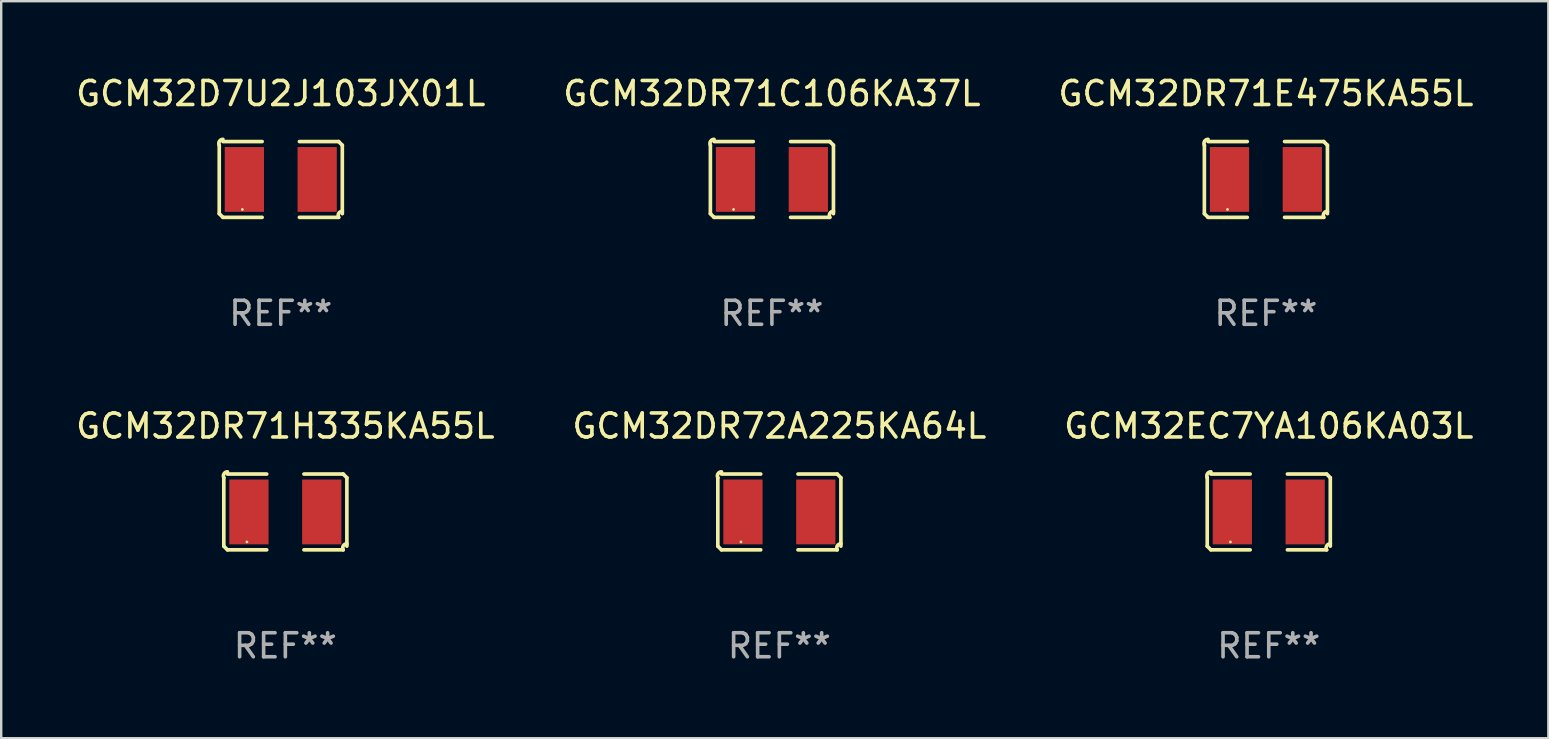
<source format=kicad_pcb>
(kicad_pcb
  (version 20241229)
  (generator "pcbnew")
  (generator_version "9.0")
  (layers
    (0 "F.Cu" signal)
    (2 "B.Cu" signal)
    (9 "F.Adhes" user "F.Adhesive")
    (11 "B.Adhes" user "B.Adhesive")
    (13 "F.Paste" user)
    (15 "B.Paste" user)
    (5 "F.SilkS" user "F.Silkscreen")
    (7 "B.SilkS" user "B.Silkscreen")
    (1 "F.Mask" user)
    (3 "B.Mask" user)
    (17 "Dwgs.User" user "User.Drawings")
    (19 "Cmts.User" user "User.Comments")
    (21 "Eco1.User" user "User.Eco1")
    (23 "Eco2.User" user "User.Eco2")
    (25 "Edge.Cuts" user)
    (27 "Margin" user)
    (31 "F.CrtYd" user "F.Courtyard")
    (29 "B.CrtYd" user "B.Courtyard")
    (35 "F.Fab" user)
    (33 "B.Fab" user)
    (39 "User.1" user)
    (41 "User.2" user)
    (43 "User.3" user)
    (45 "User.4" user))
  (footprint "GCM32DR71E475KA55L"
    (layer "F.Cu")
    (at 49.696 4.427)
    (property "Reference" "GCM32DR71E475KA55L" (at 0 -3.579 0) (layer "F.SilkS") (effects (font (size 1 1) (thickness 0.15))))
    (attr through_hole)
    (fp_line (start -2.564 1.426) (end -2.564 -1.426) (stroke (width 0.152) (type solid)) (layer "F.SilkS"))
    (fp_line (start -2.411 -1.579) (end -0.776 -1.579) (stroke (width 0.152) (type solid)) (layer "F.SilkS"))
    (fp_line (start -0.776 1.579) (end -2.411 1.579) (stroke (width 0.152) (type solid)) (layer "F.SilkS"))
    (fp_line (start 0.776 1.579) (end 2.411 1.579) (stroke (width 0.152) (type solid)) (layer "F.SilkS"))
    (fp_line (start 2.411 -1.579) (end 0.776 -1.579) (stroke (width 0.152) (type solid)) (layer "F.SilkS"))
    (fp_line (start 2.564 1.426) (end 2.564 -1.426) (stroke (width 0.152) (type solid)) (layer "F.SilkS"))
    (fp_arc (start -2.563602 -1.426213) (mid -2.555597 -1.591233) (end -2.411201 -1.671518) (stroke (width 0.1524) (type solid)) (layer "F.SilkS"))
    (fp_arc (start -2.5636 1.426214) (mid -2.487389 1.502402) (end -2.411201 1.578613) (stroke (width 0.1524) (type solid)) (layer "F.SilkS"))
    (fp_arc (start 2.411197 -1.578618) (mid 2.487403 -1.502419) (end 2.563602 -1.426213) (stroke (width 0.1524) (type solid)) (layer "F.SilkS"))
    (fp_arc (start 2.411201 1.578613) (mid 2.416214 1.409455) (end 2.563602 1.32629) (stroke (width 0.1524) (type solid)) (layer "F.SilkS"))
    (fp_circle (center -1.6 1.25) (end -1.57 1.25) (stroke (width 0.06) (type solid)) (fill no) (layer "F.SilkS"))
    (fp_text user "REF**" (at 0 5.579 0) (layer "F.Fab") (effects (font (size 1 1) (thickness 0.15))))
    (pad "1" smd rect (at -1.517 0) (size 1.635 2.7) (layers "F.Cu" "F.Mask" "F.Paste"))
    (pad "2" smd rect (at 1.517 0) (size 1.635 2.7) (layers "F.Cu" "F.Mask" "F.Paste")))
  (footprint "GCM32DR72A225KA64L"
    (layer "F.Cu")
    (at 29.423 18.281)
    (property "Reference" "GCM32DR72A225KA64L" (at 0 -3.579 0) (layer "F.SilkS") (effects (font (size 1 1) (thickness 0.15))))
    (attr through_hole)
    (fp_line (start -2.564 1.426) (end -2.564 -1.426) (stroke (width 0.152) (type solid)) (layer "F.SilkS"))
    (fp_line (start -2.411 -1.579) (end -0.776 -1.579) (stroke (width 0.152) (type solid)) (layer "F.SilkS"))
    (fp_line (start -0.776 1.579) (end -2.411 1.579) (stroke (width 0.152) (type solid)) (layer "F.SilkS"))
    (fp_line (start 0.776 1.579) (end 2.411 1.579) (stroke (width 0.152) (type solid)) (layer "F.SilkS"))
    (fp_line (start 2.411 -1.579) (end 0.776 -1.579) (stroke (width 0.152) (type solid)) (layer "F.SilkS"))
    (fp_line (start 2.564 1.426) (end 2.564 -1.426) (stroke (width 0.152) (type solid)) (layer "F.SilkS"))
    (fp_arc (start -2.563602 -1.426213) (mid -2.555597 -1.591233) (end -2.411201 -1.671518) (stroke (width 0.1524) (type solid)) (layer "F.SilkS"))
    (fp_arc (start -2.5636 1.426214) (mid -2.487389 1.502402) (end -2.411201 1.578613) (stroke (width 0.1524) (type solid)) (layer "F.SilkS"))
    (fp_arc (start 2.411197 -1.578618) (mid 2.487403 -1.502419) (end 2.563602 -1.426213) (stroke (width 0.1524) (type solid)) (layer "F.SilkS"))
    (fp_arc (start 2.411201 1.578613) (mid 2.416214 1.409455) (end 2.563602 1.32629) (stroke (width 0.1524) (type solid)) (layer "F.SilkS"))
    (fp_circle (center -1.6 1.25) (end -1.57 1.25) (stroke (width 0.06) (type solid)) (fill no) (layer "F.SilkS"))
    (fp_text user "REF**" (at 0 5.579 0) (layer "F.Fab") (effects (font (size 1 1) (thickness 0.15))))
    (pad "1" smd rect (at -1.517 0) (size 1.635 2.7) (layers "F.Cu" "F.Mask" "F.Paste"))
    (pad "2" smd rect (at 1.517 0) (size 1.635 2.7) (layers "F.Cu" "F.Mask" "F.Paste")))
  (footprint "GCM32EC7YA106KA03L"
    (layer "F.Cu")
    (at 49.815 18.281)
    (property "Reference" "GCM32EC7YA106KA03L" (at 0 -3.579 0) (layer "F.SilkS") (effects (font (size 1 1) (thickness 0.15))))
    (attr through_hole)
    (fp_line (start -2.564 1.426) (end -2.564 -1.426) (stroke (width 0.152) (type solid)) (layer "F.SilkS"))
    (fp_line (start -2.411 -1.579) (end -0.776 -1.579) (stroke (width 0.152) (type solid)) (layer "F.SilkS"))
    (fp_line (start -0.776 1.579) (end -2.411 1.579) (stroke (width 0.152) (type solid)) (layer "F.SilkS"))
    (fp_line (start 0.776 1.579) (end 2.411 1.579) (stroke (width 0.152) (type solid)) (layer "F.SilkS"))
    (fp_line (start 2.411 -1.579) (end 0.776 -1.579) (stroke (width 0.152) (type solid)) (layer "F.SilkS"))
    (fp_line (start 2.564 1.426) (end 2.564 -1.426) (stroke (width 0.152) (type solid)) (layer "F.SilkS"))
    (fp_arc (start -2.563602 -1.426213) (mid -2.555597 -1.591233) (end -2.411201 -1.671518) (stroke (width 0.1524) (type solid)) (layer "F.SilkS"))
    (fp_arc (start -2.5636 1.426214) (mid -2.487389 1.502402) (end -2.411201 1.578613) (stroke (width 0.1524) (type solid)) (layer "F.SilkS"))
    (fp_arc (start 2.411197 -1.578618) (mid 2.487403 -1.502419) (end 2.563602 -1.426213) (stroke (width 0.1524) (type solid)) (layer "F.SilkS"))
    (fp_arc (start 2.411201 1.578613) (mid 2.416214 1.409455) (end 2.563602 1.32629) (stroke (width 0.1524) (type solid)) (layer "F.SilkS"))
    (fp_circle (center -1.6 1.25) (end -1.57 1.25) (stroke (width 0.06) (type solid)) (fill no) (layer "F.SilkS"))
    (fp_text user "REF**" (at 0 5.579 0) (layer "F.Fab") (effects (font (size 1 1) (thickness 0.15))))
    (pad "1" smd rect (at -1.517 0) (size 1.635 2.7) (layers "F.Cu" "F.Mask" "F.Paste"))
    (pad "2" smd rect (at 1.517 0) (size 1.635 2.7) (layers "F.Cu" "F.Mask" "F.Paste")))
  (footprint "GCM32DR71C106KA37L"
    (layer "F.Cu")
    (at 29.113 4.427)
    (property "Reference" "GCM32DR71C106KA37L" (at 0 -3.579 0) (layer "F.SilkS") (effects (font (size 1 1) (thickness 0.15))))
    (attr through_hole)
    (fp_line (start -2.564 1.426) (end -2.564 -1.426) (stroke (width 0.152) (type solid)) (layer "F.SilkS"))
    (fp_line (start -2.411 -1.579) (end -0.776 -1.579) (stroke (width 0.152) (type solid)) (layer "F.SilkS"))
    (fp_line (start -0.776 1.579) (end -2.411 1.579) (stroke (width 0.152) (type solid)) (layer "F.SilkS"))
    (fp_line (start 0.776 1.579) (end 2.411 1.579) (stroke (width 0.152) (type solid)) (layer "F.SilkS"))
    (fp_line (start 2.411 -1.579) (end 0.776 -1.579) (stroke (width 0.152) (type solid)) (layer "F.SilkS"))
    (fp_line (start 2.564 1.426) (end 2.564 -1.426) (stroke (width 0.152) (type solid)) (layer "F.SilkS"))
    (fp_arc (start -2.563602 -1.426213) (mid -2.555597 -1.591233) (end -2.411201 -1.671518) (stroke (width 0.1524) (type solid)) (layer "F.SilkS"))
    (fp_arc (start -2.5636 1.426214) (mid -2.487389 1.502402) (end -2.411201 1.578613) (stroke (width 0.1524) (type solid)) (layer "F.SilkS"))
    (fp_arc (start 2.411197 -1.578618) (mid 2.487403 -1.502419) (end 2.563602 -1.426213) (stroke (width 0.1524) (type solid)) (layer "F.SilkS"))
    (fp_arc (start 2.411201 1.578613) (mid 2.416214 1.409455) (end 2.563602 1.32629) (stroke (width 0.1524) (type solid)) (layer "F.SilkS"))
    (fp_circle (center -1.6 1.25) (end -1.57 1.25) (stroke (width 0.06) (type solid)) (fill no) (layer "F.SilkS"))
    (fp_text user "REF**" (at 0 5.579 0) (layer "F.Fab") (effects (font (size 1 1) (thickness 0.15))))
    (pad "1" smd rect (at -1.517 0) (size 1.635 2.7) (layers "F.Cu" "F.Mask" "F.Paste"))
    (pad "2" smd rect (at 1.517 0) (size 1.635 2.7) (layers "F.Cu" "F.Mask" "F.Paste")))
  (footprint "GCM32DR71H335KA55L"
    (layer "F.Cu")
    (at 8.839 18.281)
    (property "Reference" "GCM32DR71H335KA55L" (at 0 -3.579 0) (layer "F.SilkS") (effects (font (size 1 1) (thickness 0.15))))
    (attr through_hole)
    (fp_line (start -2.564 1.426) (end -2.564 -1.426) (stroke (width 0.152) (type solid)) (layer "F.SilkS"))
    (fp_line (start -2.411 -1.579) (end -0.776 -1.579) (stroke (width 0.152) (type solid)) (layer "F.SilkS"))
    (fp_line (start -0.776 1.579) (end -2.411 1.579) (stroke (width 0.152) (type solid)) (layer "F.SilkS"))
    (fp_line (start 0.776 1.579) (end 2.411 1.579) (stroke (width 0.152) (type solid)) (layer "F.SilkS"))
    (fp_line (start 2.411 -1.579) (end 0.776 -1.579) (stroke (width 0.152) (type solid)) (layer "F.SilkS"))
    (fp_line (start 2.564 1.426) (end 2.564 -1.426) (stroke (width 0.152) (type solid)) (layer "F.SilkS"))
    (fp_arc (start -2.563602 -1.426213) (mid -2.555597 -1.591233) (end -2.411201 -1.671518) (stroke (width 0.1524) (type solid)) (layer "F.SilkS"))
    (fp_arc (start -2.5636 1.426214) (mid -2.487389 1.502402) (end -2.411201 1.578613) (stroke (width 0.1524) (type solid)) (layer "F.SilkS"))
    (fp_arc (start 2.411197 -1.578618) (mid 2.487403 -1.502419) (end 2.563602 -1.426213) (stroke (width 0.1524) (type solid)) (layer "F.SilkS"))
    (fp_arc (start 2.411201 1.578613) (mid 2.416214 1.409455) (end 2.563602 1.32629) (stroke (width 0.1524) (type solid)) (layer "F.SilkS"))
    (fp_circle (center -1.6 1.25) (end -1.57 1.25) (stroke (width 0.06) (type solid)) (fill no) (layer "F.SilkS"))
    (fp_text user "REF**" (at 0 5.579 0) (layer "F.Fab") (effects (font (size 1 1) (thickness 0.15))))
    (pad "1" smd rect (at -1.517 0) (size 1.635 2.7) (layers "F.Cu" "F.Mask" "F.Paste"))
    (pad "2" smd rect (at 1.517 0) (size 1.635 2.7) (layers "F.Cu" "F.Mask" "F.Paste")))
  (footprint "GCM32D7U2J103JX01L"
    (layer "F.Cu")
    (at 8.649 4.427)
    (property "Reference" "GCM32D7U2J103JX01L" (at 0 -3.579 0) (layer "F.SilkS") (effects (font (size 1 1) (thickness 0.15))))
    (attr through_hole)
    (fp_line (start -2.564 1.426) (end -2.564 -1.426) (stroke (width 0.152) (type solid)) (layer "F.SilkS"))
    (fp_line (start -2.411 -1.579) (end -0.776 -1.579) (stroke (width 0.152) (type solid)) (layer "F.SilkS"))
    (fp_line (start -0.776 1.579) (end -2.411 1.579) (stroke (width 0.152) (type solid)) (layer "F.SilkS"))
    (fp_line (start 0.776 1.579) (end 2.411 1.579) (stroke (width 0.152) (type solid)) (layer "F.SilkS"))
    (fp_line (start 2.411 -1.579) (end 0.776 -1.579) (stroke (width 0.152) (type solid)) (layer "F.SilkS"))
    (fp_line (start 2.564 1.426) (end 2.564 -1.426) (stroke (width 0.152) (type solid)) (layer "F.SilkS"))
    (fp_arc (start -2.563602 -1.426213) (mid -2.555597 -1.591233) (end -2.411201 -1.671518) (stroke (width 0.1524) (type solid)) (layer "F.SilkS"))
    (fp_arc (start -2.5636 1.426214) (mid -2.487389 1.502402) (end -2.411201 1.578613) (stroke (width 0.1524) (type solid)) (layer "F.SilkS"))
    (fp_arc (start 2.411197 -1.578618) (mid 2.487403 -1.502419) (end 2.563602 -1.426213) (stroke (width 0.1524) (type solid)) (layer "F.SilkS"))
    (fp_arc (start 2.411201 1.578613) (mid 2.416214 1.409455) (end 2.563602 1.32629) (stroke (width 0.1524) (type solid)) (layer "F.SilkS"))
    (fp_circle (center -1.6 1.25) (end -1.57 1.25) (stroke (width 0.06) (type solid)) (fill no) (layer "F.SilkS"))
    (fp_text user "REF**" (at 0 5.579 0) (layer "F.Fab") (effects (font (size 1 1) (thickness 0.15))))
    (pad "1" smd rect (at -1.517 0) (size 1.635 2.7) (layers "F.Cu" "F.Mask" "F.Paste"))
    (pad "2" smd rect (at 1.517 0) (size 1.635 2.7) (layers "F.Cu" "F.Mask" "F.Paste")))
  (gr_rect
    (start -3 -3)
    (end 61.464 27.707)
    (stroke (width 0.1) (type default))
    (fill no)
    (layer "Edge.Cuts")))
</source>
